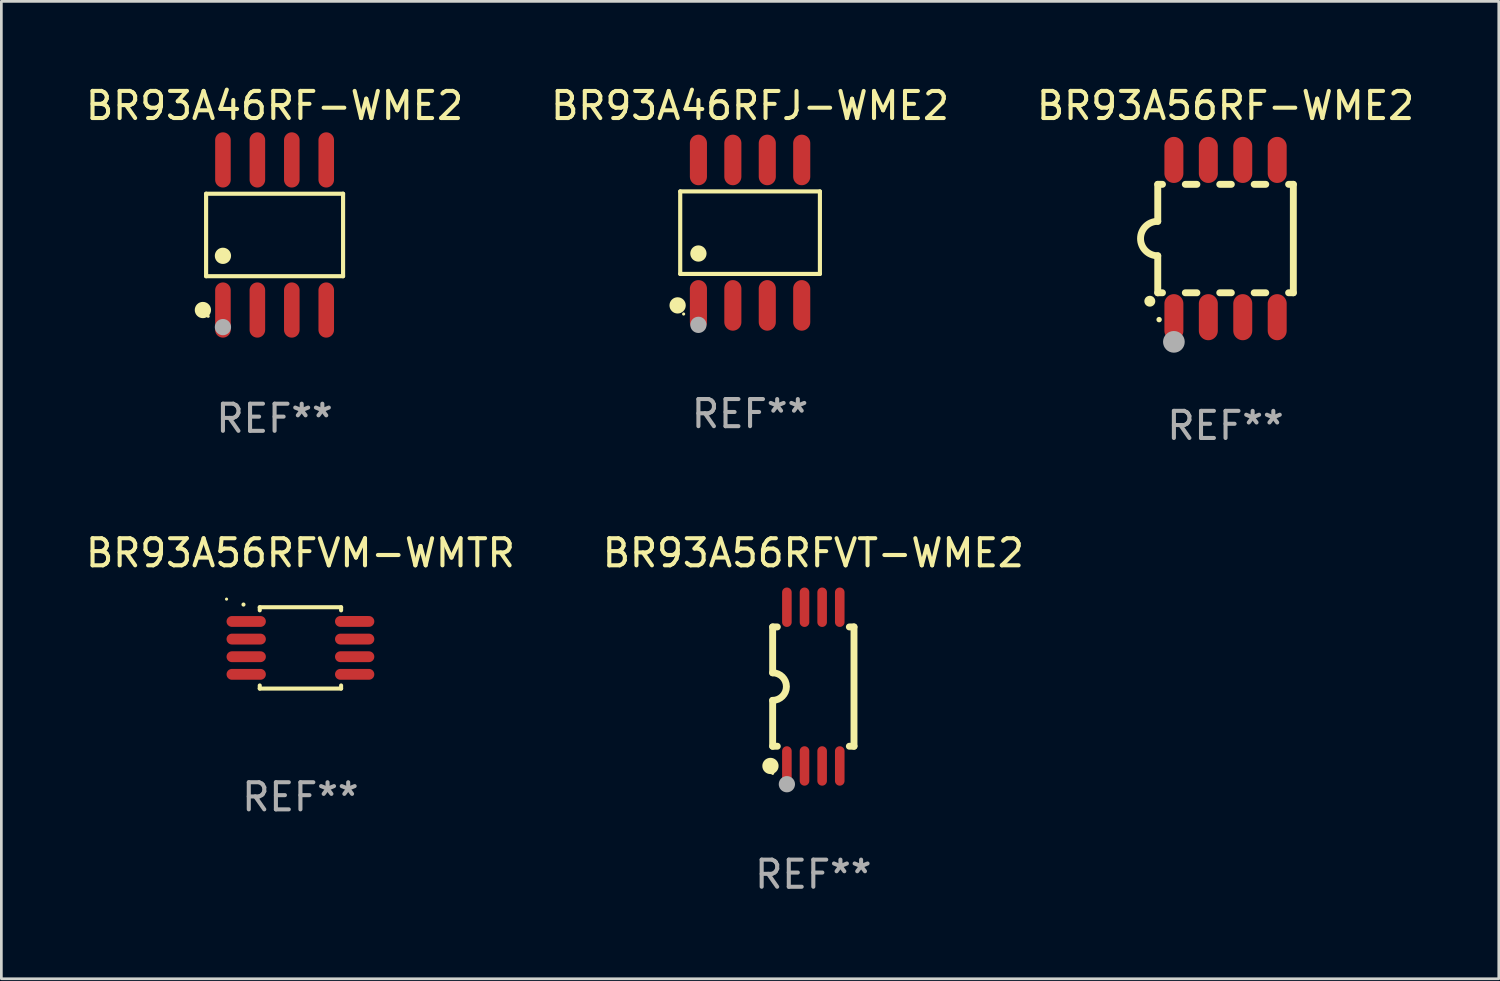
<source format=kicad_pcb>
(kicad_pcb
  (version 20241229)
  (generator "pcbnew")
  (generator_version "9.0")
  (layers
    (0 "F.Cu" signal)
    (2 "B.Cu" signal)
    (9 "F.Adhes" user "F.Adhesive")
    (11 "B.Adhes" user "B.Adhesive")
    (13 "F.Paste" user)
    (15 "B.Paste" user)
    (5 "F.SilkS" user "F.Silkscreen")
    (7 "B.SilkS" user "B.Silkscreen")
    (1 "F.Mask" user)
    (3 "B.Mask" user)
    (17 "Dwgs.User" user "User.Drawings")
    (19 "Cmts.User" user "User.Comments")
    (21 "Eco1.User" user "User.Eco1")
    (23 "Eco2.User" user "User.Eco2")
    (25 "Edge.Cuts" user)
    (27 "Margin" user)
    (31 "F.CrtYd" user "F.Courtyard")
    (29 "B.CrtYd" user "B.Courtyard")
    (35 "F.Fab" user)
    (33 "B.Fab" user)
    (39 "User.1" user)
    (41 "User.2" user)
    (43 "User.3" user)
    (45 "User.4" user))
  (footprint "BR93A56RFVT-WME2"
    (layer "F.Cu")
    (at 26.946 22.272)
    (property "Reference" "BR93A56RFVT-WME2" (at 0 -4.927 0) (layer "F.SilkS") (effects (font (size 1 1) (thickness 0.15))))
    (attr through_hole)
    (fp_line (start -1.5 -2.2) (end -1.5 -0.508) (stroke (width 0.254) (type solid)) (layer "F.SilkS"))
    (fp_line (start -1.5 -2.2) (end -1.328 -2.2) (stroke (width 0.254) (type solid)) (layer "F.SilkS"))
    (fp_line (start -1.5 2.2) (end -1.5 0.508) (stroke (width 0.254) (type solid)) (layer "F.SilkS"))
    (fp_line (start -1.5 2.2) (end -1.328 2.2) (stroke (width 0.254) (type solid)) (layer "F.SilkS"))
    (fp_line (start 1.328 -2.2) (end 1.5 -2.2) (stroke (width 0.254) (type solid)) (layer "F.SilkS"))
    (fp_line (start 1.328 2.2) (end 1.5 2.2) (stroke (width 0.254) (type solid)) (layer "F.SilkS"))
    (fp_line (start 1.5 -2.2) (end 1.5 2.2) (stroke (width 0.254) (type solid)) (layer "F.SilkS"))
    (fp_arc (start -1.501144 -0.508) (mid -0.993143 -0.000571) (end -1.5 0.508001) (stroke (width 0.254001) (type solid)) (layer "F.SilkS"))
    (fp_circle (center -1.581 2.927) (end -1.431 2.927) (stroke (width 0.3) (type solid)) (fill no) (layer "F.SilkS"))
    (fp_circle (center -1.5 3.2) (end -1.47 3.2) (stroke (width 0.06) (type solid)) (fill no) (layer "F.SilkS"))
    (fp_circle (center -0.975 3.6) (end -0.825 3.6) (stroke (width 0.3) (type solid)) (fill no) (layer "F.Fab"))
    (fp_text user "REF**" (at 0 6.927 0) (layer "F.Fab") (effects (font (size 1 1) (thickness 0.15))))
    (pad "1" smd oval (at -0.975 2.927) (size 0.353 1.454) (layers "F.Cu" "F.Mask" "F.Paste"))
    (pad "2" smd oval (at -0.325 2.927) (size 0.353 1.454) (layers "F.Cu" "F.Mask" "F.Paste"))
    (pad "3" smd oval (at 0.325 2.927) (size 0.353 1.454) (layers "F.Cu" "F.Mask" "F.Paste"))
    (pad "4" smd oval (at 0.975 2.927) (size 0.353 1.454) (layers "F.Cu" "F.Mask" "F.Paste"))
    (pad "5" smd oval (at 0.975 -2.927) (size 0.353 1.454) (layers "F.Cu" "F.Mask" "F.Paste"))
    (pad "6" smd oval (at 0.325 -2.927) (size 0.353 1.454) (layers "F.Cu" "F.Mask" "F.Paste"))
    (pad "7" smd oval (at -0.325 -2.927) (size 0.353 1.454) (layers "F.Cu" "F.Mask" "F.Paste"))
    (pad "8" smd oval (at -0.975 -2.927) (size 0.353 1.454) (layers "F.Cu" "F.Mask" "F.Paste")))
  (footprint "BR93A56RFVM-WMTR"
    (layer "F.Cu")
    (at 8.03 20.845)
    (property "Reference" "BR93A56RFVM-WMTR" (at 0 -3.5 0) (layer "F.SilkS") (effects (font (size 1 1) (thickness 0.15))))
    (attr through_hole)
    (fp_line (start -1.5 -1.5) (end 1.5 -1.5) (stroke (width 0.15) (type solid)) (layer "F.SilkS"))
    (fp_line (start -1.5 -1.385) (end -1.5 -1.5) (stroke (width 0.15) (type solid)) (layer "F.SilkS"))
    (fp_line (start -1.5 1.5) (end -1.5 1.385) (stroke (width 0.15) (type solid)) (layer "F.SilkS"))
    (fp_line (start 1.5 -1.5) (end 1.5 -1.385) (stroke (width 0.15) (type solid)) (layer "F.SilkS"))
    (fp_line (start 1.5 1.385) (end 1.5 1.5) (stroke (width 0.15) (type solid)) (layer "F.SilkS"))
    (fp_line (start 1.5 1.5) (end -1.5 1.5) (stroke (width 0.15) (type solid)) (layer "F.SilkS"))
    (fp_arc (start -2.099873 -1.59746) (mid -2.099879 -1.59873) (end -2.099873 -1.6) (stroke (width 0.150013) (type solid)) (layer "F.SilkS"))
    (fp_circle (center -2.725 -1.799) (end -2.695 -1.799) (stroke (width 0.06) (type solid)) (fill no) (layer "F.SilkS"))
    (fp_text user "REF**" (at 0 5.5 0) (layer "F.Fab") (effects (font (size 1 1) (thickness 0.15))))
    (pad "1" smd oval (at -2 -0.975 180) (size 1.45 0.4) (layers "F.Cu" "F.Mask" "F.Paste"))
    (pad "2" smd oval (at -2 -0.325 180) (size 1.45 0.4) (layers "F.Cu" "F.Mask" "F.Paste"))
    (pad "3" smd oval (at -2 0.325 180) (size 1.45 0.4) (layers "F.Cu" "F.Mask" "F.Paste"))
    (pad "4" smd oval (at -2 0.975 180) (size 1.45 0.4) (layers "F.Cu" "F.Mask" "F.Paste"))
    (pad "5" smd oval (at 2 0.975 180) (size 1.45 0.4) (layers "F.Cu" "F.Mask" "F.Paste"))
    (pad "6" smd oval (at 2 0.325 180) (size 1.45 0.4) (layers "F.Cu" "F.Mask" "F.Paste"))
    (pad "7" smd oval (at 2 -0.325 180) (size 1.45 0.4) (layers "F.Cu" "F.Mask" "F.Paste"))
    (pad "8" smd oval (at 2 -0.976 180) (size 1.45 0.4) (layers "F.Cu" "F.Mask" "F.Paste")))
  (footprint "BR93A56RF-WME2"
    (layer "F.Cu")
    (at 42.149 5.748)
    (property "Reference" "BR93A56RF-WME2" (at 0 -4.9 0) (layer "F.SilkS") (effects (font (size 1 1) (thickness 0.15))))
    (attr through_hole)
    (fp_line (start -2.5 -2) (end -2.5 -0.635) (stroke (width 0.254) (type solid)) (layer "F.SilkS"))
    (fp_line (start -2.5 -2) (end -2.326 -2) (stroke (width 0.254) (type solid)) (layer "F.SilkS"))
    (fp_line (start -2.5 2) (end -2.5 0.635) (stroke (width 0.254) (type solid)) (layer "F.SilkS"))
    (fp_line (start -2.5 2) (end -2.326 2) (stroke (width 0.254) (type solid)) (layer "F.SilkS"))
    (fp_line (start -1.484 -2) (end -1.056 -2) (stroke (width 0.254) (type solid)) (layer "F.SilkS"))
    (fp_line (start -1.484 2) (end -1.056 2) (stroke (width 0.254) (type solid)) (layer "F.SilkS"))
    (fp_line (start -0.214 -2) (end 0.214 -2) (stroke (width 0.254) (type solid)) (layer "F.SilkS"))
    (fp_line (start -0.214 2) (end 0.214 2) (stroke (width 0.254) (type solid)) (layer "F.SilkS"))
    (fp_line (start 1.056 -2) (end 1.484 -2) (stroke (width 0.254) (type solid)) (layer "F.SilkS"))
    (fp_line (start 1.056 2) (end 1.484 2) (stroke (width 0.254) (type solid)) (layer "F.SilkS"))
    (fp_line (start 2.326 -2) (end 2.5 -2) (stroke (width 0.254) (type solid)) (layer "F.SilkS"))
    (fp_line (start 2.326 2) (end 2.5 2) (stroke (width 0.254) (type solid)) (layer "F.SilkS"))
    (fp_line (start 2.5 -2) (end 2.5 2) (stroke (width 0.254) (type solid)) (layer "F.SilkS"))
    (fp_arc (start -2.794006 2.311405) (mid -2.792736 2.311401) (end -2.791466 2.311405) (stroke (width 0.4) (type solid)) (layer "F.SilkS"))
    (fp_arc (start -2.5 0.635001) (mid -3.134366 -0.000318) (end -2.499365 -0.635001) (stroke (width 0.254001) (type solid)) (layer "F.SilkS"))
    (fp_circle (center -2.45 2.99) (end -2.4 2.99) (stroke (width 0.1) (type solid)) (fill no) (layer "F.SilkS"))
    (fp_circle (center -1.905 3.81) (end -1.705 3.81) (stroke (width 0.4) (type solid)) (fill no) (layer "F.Fab"))
    (fp_text user "REF**" (at 0 6.9 0) (layer "F.Fab") (effects (font (size 1 1) (thickness 0.15))))
    (pad "1" smd oval (at -1.905 2.9 180) (size 0.7 1.7) (layers "F.Cu" "F.Mask" "F.Paste"))
    (pad "2" smd oval (at -0.635 2.9 180) (size 0.7 1.7) (layers "F.Cu" "F.Mask" "F.Paste"))
    (pad "3" smd oval (at 0.635 2.9 180) (size 0.7 1.7) (layers "F.Cu" "F.Mask" "F.Paste"))
    (pad "4" smd oval (at 1.905 2.9 180) (size 0.7 1.7) (layers "F.Cu" "F.Mask" "F.Paste"))
    (pad "5" smd oval (at 1.905 -2.9 180) (size 0.7 1.7) (layers "F.Cu" "F.Mask" "F.Paste"))
    (pad "6" smd oval (at 0.635 -2.9 180) (size 0.7 1.7) (layers "F.Cu" "F.Mask" "F.Paste"))
    (pad "7" smd oval (at -0.635 -2.9 180) (size 0.7 1.7) (layers "F.Cu" "F.Mask" "F.Paste"))
    (pad "8" smd oval (at -1.905 -2.9 180) (size 0.7 1.7) (layers "F.Cu" "F.Mask" "F.Paste")))
  (footprint "BR93A46RF-WME2"
    (layer "F.Cu")
    (at 7.077 5.616)
    (property "Reference" "BR93A46RF-WME2" (at 0 -4.768 0) (layer "F.SilkS") (effects (font (size 1 1) (thickness 0.15))))
    (attr through_hole)
    (fp_line (start -2.526 -1.521) (end 2.526 -1.521) (stroke (width 0.152) (type solid)) (layer "F.SilkS"))
    (fp_line (start -2.526 1.521) (end -2.526 -1.521) (stroke (width 0.152) (type solid)) (layer "F.SilkS"))
    (fp_line (start 2.526 -1.521) (end 2.526 1.521) (stroke (width 0.152) (type solid)) (layer "F.SilkS"))
    (fp_line (start 2.526 1.521) (end -2.526 1.521) (stroke (width 0.152) (type solid)) (layer "F.SilkS"))
    (fp_circle (center -2.644 2.768) (end -2.494 2.768) (stroke (width 0.3) (type solid)) (fill no) (layer "F.SilkS"))
    (fp_circle (center -2.45 2.998) (end -2.42 2.998) (stroke (width 0.06) (type solid)) (fill no) (layer "F.SilkS"))
    (fp_circle (center -1.905 0.769) (end -1.755 0.769) (stroke (width 0.3) (type solid)) (fill no) (layer "F.SilkS"))
    (fp_circle (center -1.905 3.398) (end -1.755 3.398) (stroke (width 0.3) (type solid)) (fill no) (layer "F.Fab"))
    (fp_text user "REF**" (at 0 6.768 0) (layer "F.Fab") (effects (font (size 1 1) (thickness 0.15))))
    (pad "1" smd oval (at -1.905 2.768) (size 0.574 2.036) (layers "F.Cu" "F.Mask" "F.Paste"))
    (pad "2" smd oval (at -0.635 2.768) (size 0.574 2.036) (layers "F.Cu" "F.Mask" "F.Paste"))
    (pad "3" smd oval (at 0.635 2.768) (size 0.574 2.036) (layers "F.Cu" "F.Mask" "F.Paste"))
    (pad "4" smd oval (at 1.905 2.768) (size 0.574 2.036) (layers "F.Cu" "F.Mask" "F.Paste"))
    (pad "5" smd oval (at 1.905 -2.768) (size 0.574 2.036) (layers "F.Cu" "F.Mask" "F.Paste"))
    (pad "6" smd oval (at 0.635 -2.768) (size 0.574 2.036) (layers "F.Cu" "F.Mask" "F.Paste"))
    (pad "7" smd oval (at -0.635 -2.768) (size 0.574 2.036) (layers "F.Cu" "F.Mask" "F.Paste"))
    (pad "8" smd oval (at -1.905 -2.768) (size 0.574 2.036) (layers "F.Cu" "F.Mask" "F.Paste")))
  (footprint "BR93A46RFJ-WME2"
    (layer "F.Cu")
    (at 24.613 5.531)
    (property "Reference" "BR93A46RFJ-WME2" (at 0 -4.682 0) (layer "F.SilkS") (effects (font (size 1 1) (thickness 0.15))))
    (attr through_hole)
    (fp_line (start -2.576 -1.521) (end 2.576 -1.521) (stroke (width 0.152) (type solid)) (layer "F.SilkS"))
    (fp_line (start -2.576 1.521) (end -2.576 -1.521) (stroke (width 0.152) (type solid)) (layer "F.SilkS"))
    (fp_line (start 2.576 -1.521) (end 2.576 1.521) (stroke (width 0.152) (type solid)) (layer "F.SilkS"))
    (fp_line (start 2.576 1.521) (end -2.576 1.521) (stroke (width 0.152) (type solid)) (layer "F.SilkS"))
    (fp_circle (center -2.672 2.682) (end -2.522 2.682) (stroke (width 0.3) (type solid)) (fill no) (layer "F.SilkS"))
    (fp_circle (center -2.45 3) (end -2.42 3) (stroke (width 0.06) (type solid)) (fill no) (layer "F.SilkS"))
    (fp_circle (center -1.905 0.769) (end -1.755 0.769) (stroke (width 0.3) (type solid)) (fill no) (layer "F.SilkS"))
    (fp_circle (center -1.905 3.4) (end -1.755 3.4) (stroke (width 0.3) (type solid)) (fill no) (layer "F.Fab"))
    (fp_text user "REF**" (at 0 6.682 0) (layer "F.Fab") (effects (font (size 1 1) (thickness 0.15))))
    (pad "1" smd oval (at -1.905 2.682) (size 0.63 1.865) (layers "F.Cu" "F.Mask" "F.Paste"))
    (pad "2" smd oval (at -0.635 2.682) (size 0.63 1.865) (layers "F.Cu" "F.Mask" "F.Paste"))
    (pad "3" smd oval (at 0.635 2.682) (size 0.63 1.865) (layers "F.Cu" "F.Mask" "F.Paste"))
    (pad "4" smd oval (at 1.905 2.682) (size 0.63 1.865) (layers "F.Cu" "F.Mask" "F.Paste"))
    (pad "5" smd oval (at 1.905 -2.682) (size 0.63 1.865) (layers "F.Cu" "F.Mask" "F.Paste"))
    (pad "6" smd oval (at 0.635 -2.682) (size 0.63 1.865) (layers "F.Cu" "F.Mask" "F.Paste"))
    (pad "7" smd oval (at -0.635 -2.682) (size 0.63 1.865) (layers "F.Cu" "F.Mask" "F.Paste"))
    (pad "8" smd oval (at -1.905 -2.682) (size 0.63 1.865) (layers "F.Cu" "F.Mask" "F.Paste")))
  (gr_rect
    (start -3 -3)
    (end 52.226 33.047)
    (stroke (width 0.1) (type default))
    (fill no)
    (layer "Edge.Cuts")))
</source>
